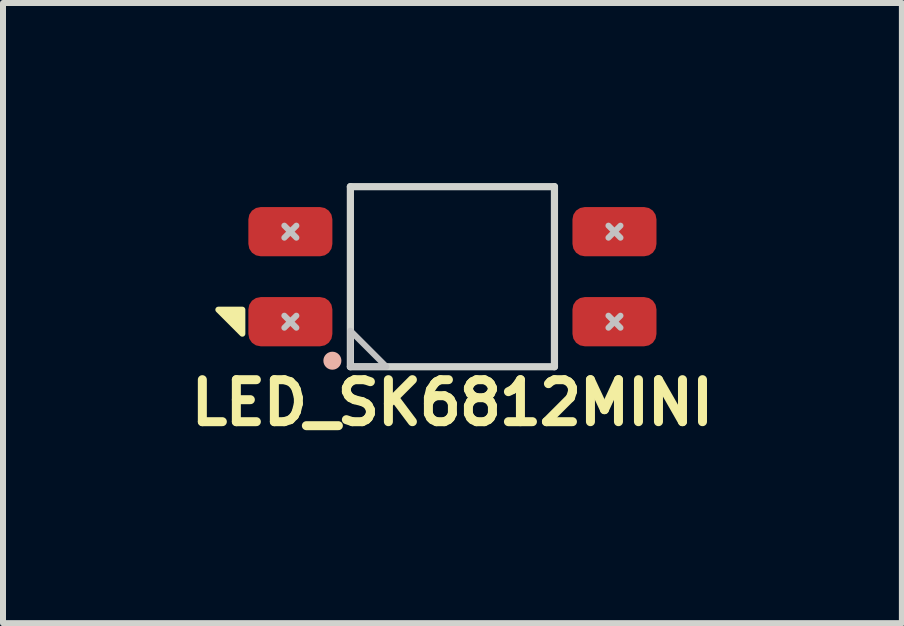
<source format=kicad_pcb>
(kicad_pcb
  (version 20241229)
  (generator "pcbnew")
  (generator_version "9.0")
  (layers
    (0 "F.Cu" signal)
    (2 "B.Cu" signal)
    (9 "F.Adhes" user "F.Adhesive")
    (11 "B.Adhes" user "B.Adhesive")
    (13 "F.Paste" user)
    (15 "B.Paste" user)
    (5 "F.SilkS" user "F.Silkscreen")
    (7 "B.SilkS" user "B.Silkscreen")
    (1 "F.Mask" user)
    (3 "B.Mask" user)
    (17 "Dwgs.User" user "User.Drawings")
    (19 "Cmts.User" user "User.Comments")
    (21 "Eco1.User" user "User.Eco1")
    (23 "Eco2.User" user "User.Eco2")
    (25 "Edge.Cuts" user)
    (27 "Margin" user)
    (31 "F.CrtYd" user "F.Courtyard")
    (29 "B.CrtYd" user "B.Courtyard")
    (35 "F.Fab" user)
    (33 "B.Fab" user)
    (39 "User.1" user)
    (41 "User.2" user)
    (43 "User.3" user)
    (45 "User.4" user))
  (footprint "LED_SK6812MINI"
    (layer "F.Cu")
    (at 4.488 1.56)
    (property "Reference" "LED_SK6812MINI" (at 0 2.1 0) (unlocked yes) (layer "F.SilkS") (effects (font (size 0.7 0.7) (thickness 0.15))))
    (attr through_hole)
    (fp_poly (pts (xy -3.9 0.55) (xy -3.5 0.55) (xy -3.5 0.95)) (stroke (width 0.1) (type solid)) (fill yes) (layer "F.SilkS"))
    (fp_circle (center -2 1.4) (end -1.9 1.4) (stroke (width 0.1) (type solid)) (fill yes) (layer "B.SilkS"))
    (fp_line (start -2.8 -0.65) (end -2.6 -0.85) (stroke (width 0.1) (type default)) (layer "Dwgs.User"))
    (fp_line (start -2.8 0.85) (end -2.6 0.65) (stroke (width 0.1) (type default)) (layer "Dwgs.User"))
    (fp_line (start -2.6 -0.65) (end -2.8 -0.85) (stroke (width 0.1) (type default)) (layer "Dwgs.User"))
    (fp_line (start -2.6 0.85) (end -2.8 0.65) (stroke (width 0.1) (type default)) (layer "Dwgs.User"))
    (fp_line (start 2.6 -0.65) (end 2.8 -0.85) (stroke (width 0.1) (type default)) (layer "Dwgs.User"))
    (fp_line (start 2.6 0.85) (end 2.8 0.65) (stroke (width 0.1) (type default)) (layer "Dwgs.User"))
    (fp_line (start 2.8 -0.65) (end 2.6 -0.85) (stroke (width 0.1) (type default)) (layer "Dwgs.User"))
    (fp_line (start 2.8 0.85) (end 2.6 0.65) (stroke (width 0.1) (type default)) (layer "Dwgs.User"))
    (fp_poly (pts (xy -1.1 1.5) (xy -1.7 1.5) (xy -1.7 0.9)) (stroke (width 0.1) (type solid)) (fill no) (layer "Dwgs.User"))
    (fp_line (start -1.7 -1.5) (end -1.7 1.5) (stroke (width 0.12) (type solid)) (layer "Edge.Cuts"))
    (fp_line (start -1.7 1.5) (end 1.7 1.5) (stroke (width 0.12) (type solid)) (layer "Edge.Cuts"))
    (fp_line (start 1.7 -1.5) (end -1.7 -1.5) (stroke (width 0.12) (type solid)) (layer "Edge.Cuts"))
    (fp_line (start 1.7 1.5) (end 1.7 -1.5) (stroke (width 0.12) (type solid)) (layer "Edge.Cuts"))
    (pad "1" smd roundrect (at 2.7 -0.75) (size 1.4 0.82) (layers "F.Cu" "F.Mask" "F.Paste") (roundrect_rratio 0.25))
    (pad "2" smd roundrect (at 2.7 0.75) (size 1.4 0.82) (layers "F.Cu" "F.Mask" "F.Paste") (roundrect_rratio 0.25))
    (pad "3" smd roundrect (at -2.7 0.75) (size 1.4 0.82) (layers "F.Cu" "F.Mask" "F.Paste") (roundrect_rratio 0.25))
    (pad "4" smd roundrect (at -2.7 -0.75) (size 1.4 0.82) (layers "F.Cu" "F.Mask" "F.Paste") (roundrect_rratio 0.25)))
  (gr_rect
    (start -3 -3)
    (end 11.977 7.333)
    (stroke (width 0.1) (type default))
    (fill no)
    (layer "Edge.Cuts")))
</source>
